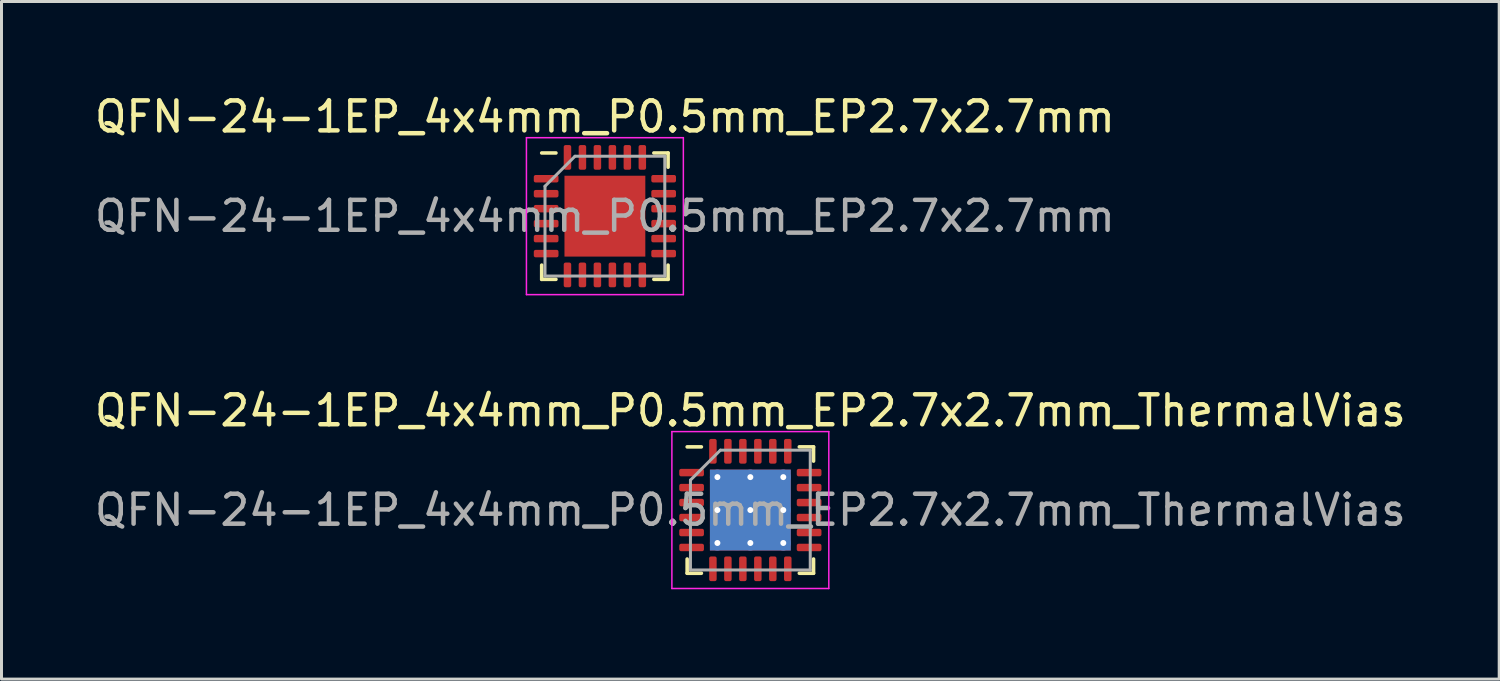
<source format=kicad_pcb>
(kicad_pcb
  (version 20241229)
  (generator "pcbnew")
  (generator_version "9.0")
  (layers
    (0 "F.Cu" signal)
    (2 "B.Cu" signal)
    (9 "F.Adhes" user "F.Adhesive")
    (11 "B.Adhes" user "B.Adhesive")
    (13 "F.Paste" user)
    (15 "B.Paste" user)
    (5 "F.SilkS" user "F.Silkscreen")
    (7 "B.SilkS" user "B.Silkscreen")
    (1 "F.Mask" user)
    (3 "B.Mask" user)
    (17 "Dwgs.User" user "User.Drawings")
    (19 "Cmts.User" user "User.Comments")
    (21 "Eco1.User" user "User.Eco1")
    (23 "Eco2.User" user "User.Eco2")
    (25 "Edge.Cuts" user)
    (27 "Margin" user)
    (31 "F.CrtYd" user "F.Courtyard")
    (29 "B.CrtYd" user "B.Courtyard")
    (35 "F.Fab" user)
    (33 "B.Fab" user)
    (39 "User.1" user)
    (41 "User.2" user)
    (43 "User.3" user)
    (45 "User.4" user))
  (footprint "QFN-24-1EP_4x4mm_P0.5mm_EP2.7x2.7mm"
    (layer "F.Cu")
    (at 17.149 4.168)
    (property "Reference" "QFN-24-1EP_4x4mm_P0.5mm_EP2.7x2.7mm" (at 0 -3.32 0) (layer "F.SilkS") (effects (font (size 1 1) (thickness 0.15))))
    (attr smd)
    (fp_line (start -2.11 2.11) (end -2.11 1.635) (stroke (width 0.12) (type solid)) (layer "F.SilkS"))
    (fp_line (start -1.635 -2.11) (end -2.11 -2.11) (stroke (width 0.12) (type solid)) (layer "F.SilkS"))
    (fp_line (start -1.635 2.11) (end -2.11 2.11) (stroke (width 0.12) (type solid)) (layer "F.SilkS"))
    (fp_line (start 1.635 -2.11) (end 2.11 -2.11) (stroke (width 0.12) (type solid)) (layer "F.SilkS"))
    (fp_line (start 1.635 2.11) (end 2.11 2.11) (stroke (width 0.12) (type solid)) (layer "F.SilkS"))
    (fp_line (start 2.11 -2.11) (end 2.11 -1.635) (stroke (width 0.12) (type solid)) (layer "F.SilkS"))
    (fp_line (start 2.11 2.11) (end 2.11 1.635) (stroke (width 0.12) (type solid)) (layer "F.SilkS"))
    (fp_line (start -2.62 -2.62) (end -2.62 2.62) (stroke (width 0.05) (type solid)) (layer "F.CrtYd"))
    (fp_line (start -2.62 2.62) (end 2.62 2.62) (stroke (width 0.05) (type solid)) (layer "F.CrtYd"))
    (fp_line (start 2.62 -2.62) (end -2.62 -2.62) (stroke (width 0.05) (type solid)) (layer "F.CrtYd"))
    (fp_line (start 2.62 2.62) (end 2.62 -2.62) (stroke (width 0.05) (type solid)) (layer "F.CrtYd"))
    (fp_line (start -2 -1) (end -1 -2) (stroke (width 0.1) (type solid)) (layer "F.Fab"))
    (fp_line (start -2 2) (end -2 -1) (stroke (width 0.1) (type solid)) (layer "F.Fab"))
    (fp_line (start -1 -2) (end 2 -2) (stroke (width 0.1) (type solid)) (layer "F.Fab"))
    (fp_line (start 2 -2) (end 2 2) (stroke (width 0.1) (type solid)) (layer "F.Fab"))
    (fp_line (start 2 2) (end -2 2) (stroke (width 0.1) (type solid)) (layer "F.Fab"))
    (fp_text user "${REFERENCE}" (at 0 0 0) (layer "F.Fab") (effects (font (size 1 1) (thickness 0.15))))
    (pad "" smd roundrect (at -0.675 -0.675) (size 1.09 1.09) (layers "F.Paste") (roundrect_rratio 0.229))
    (pad "" smd roundrect (at -0.675 0.675) (size 1.09 1.09) (layers "F.Paste") (roundrect_rratio 0.229))
    (pad "" smd roundrect (at 0.675 -0.675) (size 1.09 1.09) (layers "F.Paste") (roundrect_rratio 0.229))
    (pad "" smd roundrect (at 0.675 0.675) (size 1.09 1.09) (layers "F.Paste") (roundrect_rratio 0.229))
    (pad "1" smd roundrect (at -1.962 -1.25) (size 0.825 0.25) (layers "F.Cu" "F.Mask" "F.Paste") (roundrect_rratio 0.25))
    (pad "2" smd roundrect (at -1.962 -0.75) (size 0.825 0.25) (layers "F.Cu" "F.Mask" "F.Paste") (roundrect_rratio 0.25))
    (pad "3" smd roundrect (at -1.962 -0.25) (size 0.825 0.25) (layers "F.Cu" "F.Mask" "F.Paste") (roundrect_rratio 0.25))
    (pad "4" smd roundrect (at -1.962 0.25) (size 0.825 0.25) (layers "F.Cu" "F.Mask" "F.Paste") (roundrect_rratio 0.25))
    (pad "5" smd roundrect (at -1.962 0.75) (size 0.825 0.25) (layers "F.Cu" "F.Mask" "F.Paste") (roundrect_rratio 0.25))
    (pad "6" smd roundrect (at -1.962 1.25) (size 0.825 0.25) (layers "F.Cu" "F.Mask" "F.Paste") (roundrect_rratio 0.25))
    (pad "7" smd roundrect (at -1.25 1.962) (size 0.25 0.825) (layers "F.Cu" "F.Mask" "F.Paste") (roundrect_rratio 0.25))
    (pad "8" smd roundrect (at -0.75 1.962) (size 0.25 0.825) (layers "F.Cu" "F.Mask" "F.Paste") (roundrect_rratio 0.25))
    (pad "9" smd roundrect (at -0.25 1.962) (size 0.25 0.825) (layers "F.Cu" "F.Mask" "F.Paste") (roundrect_rratio 0.25))
    (pad "10" smd roundrect (at 0.25 1.962) (size 0.25 0.825) (layers "F.Cu" "F.Mask" "F.Paste") (roundrect_rratio 0.25))
    (pad "11" smd roundrect (at 0.75 1.962) (size 0.25 0.825) (layers "F.Cu" "F.Mask" "F.Paste") (roundrect_rratio 0.25))
    (pad "12" smd roundrect (at 1.25 1.962) (size 0.25 0.825) (layers "F.Cu" "F.Mask" "F.Paste") (roundrect_rratio 0.25))
    (pad "13" smd roundrect (at 1.962 1.25) (size 0.825 0.25) (layers "F.Cu" "F.Mask" "F.Paste") (roundrect_rratio 0.25))
    (pad "14" smd roundrect (at 1.962 0.75) (size 0.825 0.25) (layers "F.Cu" "F.Mask" "F.Paste") (roundrect_rratio 0.25))
    (pad "15" smd roundrect (at 1.962 0.25) (size 0.825 0.25) (layers "F.Cu" "F.Mask" "F.Paste") (roundrect_rratio 0.25))
    (pad "16" smd roundrect (at 1.962 -0.25) (size 0.825 0.25) (layers "F.Cu" "F.Mask" "F.Paste") (roundrect_rratio 0.25))
    (pad "17" smd roundrect (at 1.962 -0.75) (size 0.825 0.25) (layers "F.Cu" "F.Mask" "F.Paste") (roundrect_rratio 0.25))
    (pad "18" smd roundrect (at 1.962 -1.25) (size 0.825 0.25) (layers "F.Cu" "F.Mask" "F.Paste") (roundrect_rratio 0.25))
    (pad "19" smd roundrect (at 1.25 -1.962) (size 0.25 0.825) (layers "F.Cu" "F.Mask" "F.Paste") (roundrect_rratio 0.25))
    (pad "20" smd roundrect (at 0.75 -1.962) (size 0.25 0.825) (layers "F.Cu" "F.Mask" "F.Paste") (roundrect_rratio 0.25))
    (pad "21" smd roundrect (at 0.25 -1.962) (size 0.25 0.825) (layers "F.Cu" "F.Mask" "F.Paste") (roundrect_rratio 0.25))
    (pad "22" smd roundrect (at -0.25 -1.962) (size 0.25 0.825) (layers "F.Cu" "F.Mask" "F.Paste") (roundrect_rratio 0.25))
    (pad "23" smd roundrect (at -0.75 -1.962) (size 0.25 0.825) (layers "F.Cu" "F.Mask" "F.Paste") (roundrect_rratio 0.25))
    (pad "24" smd roundrect (at -1.25 -1.962) (size 0.25 0.825) (layers "F.Cu" "F.Mask" "F.Paste") (roundrect_rratio 0.25))
    (pad "25" smd rect (at 0 0) (size 2.7 2.7) (layers "F.Cu" "F.Mask")))
  (footprint "QFN-24-1EP_4x4mm_P0.5mm_EP2.7x2.7mm_ThermalVias"
    (layer "F.Cu")
    (at 22.006 13.982)
    (property "Reference" "QFN-24-1EP_4x4mm_P0.5mm_EP2.7x2.7mm_ThermalVias" (at 0 -3.32 0) (layer "F.SilkS") (effects (font (size 1 1) (thickness 0.15))))
    (attr smd)
    (fp_line (start -2.11 2.11) (end -2.11 1.635) (stroke (width 0.12) (type solid)) (layer "F.SilkS"))
    (fp_line (start -1.635 -2.11) (end -2.11 -2.11) (stroke (width 0.12) (type solid)) (layer "F.SilkS"))
    (fp_line (start -1.635 2.11) (end -2.11 2.11) (stroke (width 0.12) (type solid)) (layer "F.SilkS"))
    (fp_line (start 1.635 -2.11) (end 2.11 -2.11) (stroke (width 0.12) (type solid)) (layer "F.SilkS"))
    (fp_line (start 1.635 2.11) (end 2.11 2.11) (stroke (width 0.12) (type solid)) (layer "F.SilkS"))
    (fp_line (start 2.11 -2.11) (end 2.11 -1.635) (stroke (width 0.12) (type solid)) (layer "F.SilkS"))
    (fp_line (start 2.11 2.11) (end 2.11 1.635) (stroke (width 0.12) (type solid)) (layer "F.SilkS"))
    (fp_line (start -2.62 -2.62) (end -2.62 2.62) (stroke (width 0.05) (type solid)) (layer "F.CrtYd"))
    (fp_line (start -2.62 2.62) (end 2.62 2.62) (stroke (width 0.05) (type solid)) (layer "F.CrtYd"))
    (fp_line (start 2.62 -2.62) (end -2.62 -2.62) (stroke (width 0.05) (type solid)) (layer "F.CrtYd"))
    (fp_line (start 2.62 2.62) (end 2.62 -2.62) (stroke (width 0.05) (type solid)) (layer "F.CrtYd"))
    (fp_line (start -2 -1) (end -1 -2) (stroke (width 0.1) (type solid)) (layer "F.Fab"))
    (fp_line (start -2 2) (end -2 -1) (stroke (width 0.1) (type solid)) (layer "F.Fab"))
    (fp_line (start -1 -2) (end 2 -2) (stroke (width 0.1) (type solid)) (layer "F.Fab"))
    (fp_line (start 2 -2) (end 2 2) (stroke (width 0.1) (type solid)) (layer "F.Fab"))
    (fp_line (start 2 2) (end -2 2) (stroke (width 0.1) (type solid)) (layer "F.Fab"))
    (fp_text user "${REFERENCE}" (at 0 0 0) (layer "F.Fab") (effects (font (size 1 1) (thickness 0.15))))
    (pad "" smd roundrect (at -0.675 -0.675) (size 1.17 1.17) (layers "F.Paste") (roundrect_rratio 0.214))
    (pad "" smd roundrect (at -0.675 0.675) (size 1.17 1.17) (layers "F.Paste") (roundrect_rratio 0.214))
    (pad "" smd roundrect (at 0.675 -0.675) (size 1.17 1.17) (layers "F.Paste") (roundrect_rratio 0.214))
    (pad "" smd roundrect (at 0.675 0.675) (size 1.17 1.17) (layers "F.Paste") (roundrect_rratio 0.214))
    (pad "1" smd roundrect (at -1.962 -1.25) (size 0.825 0.25) (layers "F.Cu" "F.Mask" "F.Paste") (roundrect_rratio 0.25))
    (pad "2" smd roundrect (at -1.962 -0.75) (size 0.825 0.25) (layers "F.Cu" "F.Mask" "F.Paste") (roundrect_rratio 0.25))
    (pad "3" smd roundrect (at -1.962 -0.25) (size 0.825 0.25) (layers "F.Cu" "F.Mask" "F.Paste") (roundrect_rratio 0.25))
    (pad "4" smd roundrect (at -1.962 0.25) (size 0.825 0.25) (layers "F.Cu" "F.Mask" "F.Paste") (roundrect_rratio 0.25))
    (pad "5" smd roundrect (at -1.962 0.75) (size 0.825 0.25) (layers "F.Cu" "F.Mask" "F.Paste") (roundrect_rratio 0.25))
    (pad "6" smd roundrect (at -1.962 1.25) (size 0.825 0.25) (layers "F.Cu" "F.Mask" "F.Paste") (roundrect_rratio 0.25))
    (pad "7" smd roundrect (at -1.25 1.962) (size 0.25 0.825) (layers "F.Cu" "F.Mask" "F.Paste") (roundrect_rratio 0.25))
    (pad "8" smd roundrect (at -0.75 1.962) (size 0.25 0.825) (layers "F.Cu" "F.Mask" "F.Paste") (roundrect_rratio 0.25))
    (pad "9" smd roundrect (at -0.25 1.962) (size 0.25 0.825) (layers "F.Cu" "F.Mask" "F.Paste") (roundrect_rratio 0.25))
    (pad "10" smd roundrect (at 0.25 1.962) (size 0.25 0.825) (layers "F.Cu" "F.Mask" "F.Paste") (roundrect_rratio 0.25))
    (pad "11" smd roundrect (at 0.75 1.962) (size 0.25 0.825) (layers "F.Cu" "F.Mask" "F.Paste") (roundrect_rratio 0.25))
    (pad "12" smd roundrect (at 1.25 1.962) (size 0.25 0.825) (layers "F.Cu" "F.Mask" "F.Paste") (roundrect_rratio 0.25))
    (pad "13" smd roundrect (at 1.962 1.25) (size 0.825 0.25) (layers "F.Cu" "F.Mask" "F.Paste") (roundrect_rratio 0.25))
    (pad "14" smd roundrect (at 1.962 0.75) (size 0.825 0.25) (layers "F.Cu" "F.Mask" "F.Paste") (roundrect_rratio 0.25))
    (pad "15" smd roundrect (at 1.962 0.25) (size 0.825 0.25) (layers "F.Cu" "F.Mask" "F.Paste") (roundrect_rratio 0.25))
    (pad "16" smd roundrect (at 1.962 -0.25) (size 0.825 0.25) (layers "F.Cu" "F.Mask" "F.Paste") (roundrect_rratio 0.25))
    (pad "17" smd roundrect (at 1.962 -0.75) (size 0.825 0.25) (layers "F.Cu" "F.Mask" "F.Paste") (roundrect_rratio 0.25))
    (pad "18" smd roundrect (at 1.962 -1.25) (size 0.825 0.25) (layers "F.Cu" "F.Mask" "F.Paste") (roundrect_rratio 0.25))
    (pad "19" smd roundrect (at 1.25 -1.962) (size 0.25 0.825) (layers "F.Cu" "F.Mask" "F.Paste") (roundrect_rratio 0.25))
    (pad "20" smd roundrect (at 0.75 -1.962) (size 0.25 0.825) (layers "F.Cu" "F.Mask" "F.Paste") (roundrect_rratio 0.25))
    (pad "21" smd roundrect (at 0.25 -1.962) (size 0.25 0.825) (layers "F.Cu" "F.Mask" "F.Paste") (roundrect_rratio 0.25))
    (pad "22" smd roundrect (at -0.25 -1.962) (size 0.25 0.825) (layers "F.Cu" "F.Mask" "F.Paste") (roundrect_rratio 0.25))
    (pad "23" smd roundrect (at -0.75 -1.962) (size 0.25 0.825) (layers "F.Cu" "F.Mask" "F.Paste") (roundrect_rratio 0.25))
    (pad "24" smd roundrect (at -1.25 -1.962) (size 0.25 0.825) (layers "F.Cu" "F.Mask" "F.Paste") (roundrect_rratio 0.25))
    (pad "25" thru_hole circle (at -1.1 -1.1) (size 0.5 0.5) (drill 0.2) (layers "*.Cu"))
    (pad "25" thru_hole circle (at -1.1 0) (size 0.5 0.5) (drill 0.2) (layers "*.Cu"))
    (pad "25" thru_hole circle (at -1.1 1.1) (size 0.5 0.5) (drill 0.2) (layers "*.Cu"))
    (pad "25" thru_hole circle (at 0 -1.1) (size 0.5 0.5) (drill 0.2) (layers "*.Cu"))
    (pad "25" thru_hole circle (at 0 0) (size 0.5 0.5) (drill 0.2) (layers "*.Cu"))
    (pad "25" smd rect (at 0 0) (size 2.7 2.7) (layers "F.Cu" "F.Mask"))
    (pad "25" smd rect (at 0 0) (size 2.7 2.7) (layers "B.Cu"))
    (pad "25" thru_hole circle (at 0 1.1) (size 0.5 0.5) (drill 0.2) (layers "*.Cu"))
    (pad "25" thru_hole circle (at 1.1 -1.1) (size 0.5 0.5) (drill 0.2) (layers "*.Cu"))
    (pad "25" thru_hole circle (at 1.1 0) (size 0.5 0.5) (drill 0.2) (layers "*.Cu"))
    (pad "25" thru_hole circle (at 1.1 1.1) (size 0.5 0.5) (drill 0.2) (layers "*.Cu")))
  (gr_rect
    (start -3 -3)
    (end 47.012 19.627)
    (stroke (width 0.1) (type default))
    (fill no)
    (layer "Edge.Cuts")))
</source>
